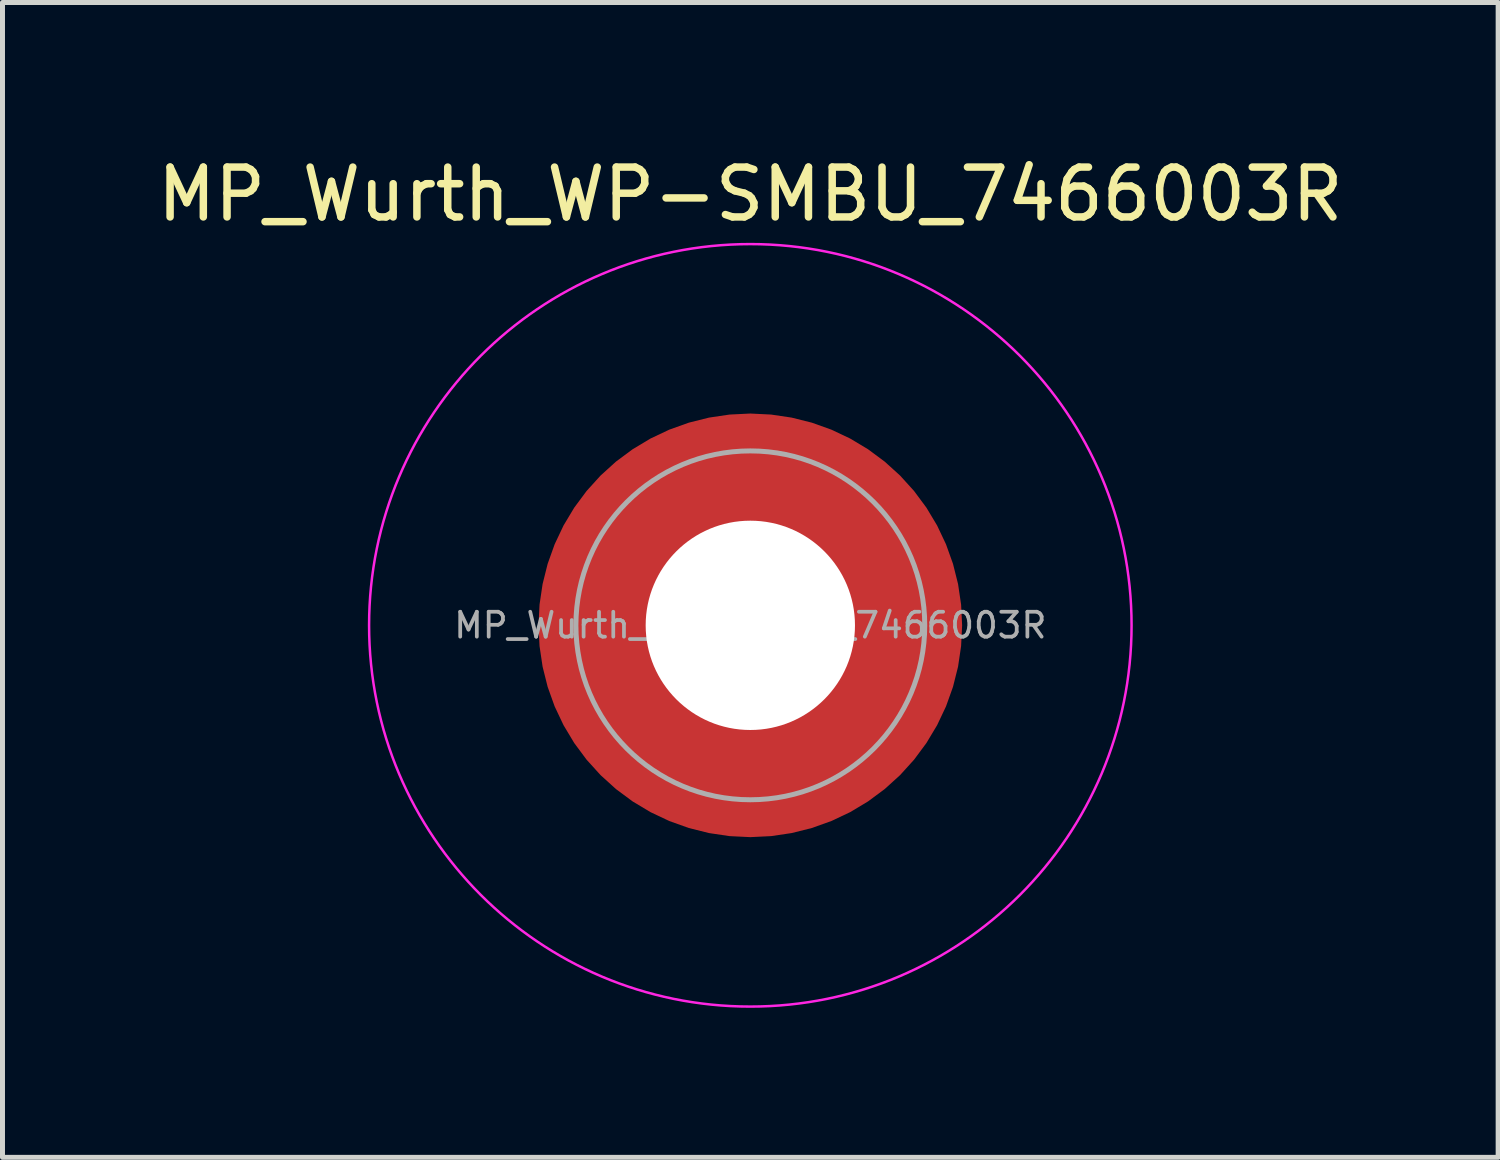
<source format=kicad_pcb>
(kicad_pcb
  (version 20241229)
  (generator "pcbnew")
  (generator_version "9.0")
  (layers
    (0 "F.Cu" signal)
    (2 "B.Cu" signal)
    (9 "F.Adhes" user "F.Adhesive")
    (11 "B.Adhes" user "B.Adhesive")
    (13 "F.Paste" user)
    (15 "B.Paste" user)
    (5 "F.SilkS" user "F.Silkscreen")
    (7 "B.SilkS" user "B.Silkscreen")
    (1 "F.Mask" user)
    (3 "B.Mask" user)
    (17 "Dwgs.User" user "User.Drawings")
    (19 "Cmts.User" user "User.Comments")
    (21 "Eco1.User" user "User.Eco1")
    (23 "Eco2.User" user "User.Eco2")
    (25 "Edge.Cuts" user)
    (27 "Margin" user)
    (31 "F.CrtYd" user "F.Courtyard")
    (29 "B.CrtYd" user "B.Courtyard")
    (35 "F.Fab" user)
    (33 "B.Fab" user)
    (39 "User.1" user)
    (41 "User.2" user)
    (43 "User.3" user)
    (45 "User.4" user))
  (footprint "MP_Wurth_WP-SMBU_7466003R"
    (layer "F.Cu")
    (at 12.006 9.498)
    (property "Reference" "MP_Wurth_WP-SMBU_7466003R" (at 0 -8.65 0) (unlocked yes) (layer "F.SilkS") (effects (font (size 1 1) (thickness 0.15))))
    (attr smd)
    (fp_poly (pts (xy -2.18 0.534) (xy -2.165 0.594) (xy -2.14 0.679) (xy -2.105 0.783) (xy -2.055 0.903) (xy -2.006 1.013) (xy -1.956 1.103) (xy -1.906 1.187) (xy -1.851 1.272) (xy -1.771 1.382) (xy -1.691 1.477) (xy -1.611 1.567) (xy -1.537 1.636) (xy -1.462 1.706) (xy -1.387 1.766) (xy -1.287 1.841) (xy -1.212 1.891) (xy -1.127 1.941) (xy -1.068 1.976) (xy -1.003 2.011) (xy -0.958 2.03) (xy -0.958 2.03) (xy -0.873 2.07) (xy -0.783 2.105) (xy -0.698 2.135) (xy -0.629 2.155) (xy -0.579 2.17) (xy -0.495 2.191) (xy -0.495 4.126) (xy -0.576 4.115) (xy -0.646 4.105) (xy -0.716 4.095) (xy -0.716 4.095) (xy -0.796 4.08) (xy -0.796 4.08) (xy -0.861 4.065) (xy -0.941 4.05) (xy -0.941 4.05) (xy -1.036 4.025) (xy -1.116 4.005) (xy -1.116 4.005) (xy -1.186 3.985) (xy -1.187 3.985) (xy -1.277 3.955) (xy -1.341 3.935) (xy -1.342 3.935) (xy -1.442 3.9) (xy -1.442 3.9) (xy -1.552 3.855) (xy -1.652 3.815) (xy -1.652 3.815) (xy -1.762 3.765) (xy -1.847 3.725) (xy -1.847 3.724) (xy -1.972 3.659) (xy -1.972 3.659) (xy -2.172 3.544) (xy -2.173 3.544) (xy -2.288 3.469) (xy -2.288 3.469) (xy -2.398 3.394) (xy -2.398 3.394) (xy -2.493 3.324) (xy -2.493 3.324) (xy -2.603 3.239) (xy -2.603 3.239) (xy -2.698 3.159) (xy -2.808 3.064) (xy -2.808 3.064) (xy -2.898 2.979) (xy -2.899 2.979) (xy -2.949 2.929) (xy -2.949 2.928) (xy -3.009 2.863) (xy -3.079 2.788) (xy -3.079 2.788) (xy -3.199 2.653) (xy -3.199 2.653) (xy -3.299 2.528) (xy -3.299 2.528) (xy -3.359 2.448) (xy -3.359 2.448) (xy -3.394 2.398) (xy -3.424 2.358) (xy -3.424 2.358) (xy -3.464 2.298) (xy -3.489 2.263) (xy -3.489 2.262) (xy -3.514 2.218) (xy -3.539 2.178) (xy -3.564 2.138) (xy -3.564 2.137) (xy -3.584 2.103) (xy -3.614 2.053) (xy -3.614 2.052) (xy -3.644 1.997) (xy -3.669 1.952) (xy -3.669 1.952) (xy -3.694 1.902) (xy -3.724 1.847) (xy -3.725 1.847) (xy -3.745 1.802) (xy -3.769 1.752) (xy -3.77 1.752) (xy -3.82 1.642) (xy -3.82 1.642) (xy -3.845 1.577) (xy -3.87 1.517) (xy -3.89 1.467) (xy -3.89 1.467) (xy -3.9 1.437) (xy -3.92 1.382) (xy -3.92 1.382) (xy -3.935 1.337) (xy -3.955 1.282) (xy -3.955 1.281) (xy -3.975 1.216) (xy -3.975 1.216) (xy -3.995 1.146) (xy -4.01 1.096) (xy -4.01 1.096) (xy -4.04 0.976) (xy -4.06 0.891) (xy -4.06 0.891) (xy -4.085 0.766) (xy -4.085 0.766) (xy -4.11 0.616) (xy -4.11 0.616) (xy -4.115 0.581) (xy -4.12 0.541) (xy -4.126 0.495) (xy -2.186 0.495)) (stroke (width 0) (type default)) (fill yes) (layer "F.Paste"))
    (fp_poly (pts (xy -0.495 -2.186) (xy -0.534 -2.18) (xy -0.594 -2.165) (xy -0.679 -2.14) (xy -0.783 -2.105) (xy -0.903 -2.055) (xy -1.013 -2.006) (xy -1.103 -1.956) (xy -1.187 -1.906) (xy -1.272 -1.851) (xy -1.382 -1.771) (xy -1.477 -1.691) (xy -1.567 -1.611) (xy -1.636 -1.537) (xy -1.706 -1.462) (xy -1.766 -1.387) (xy -1.841 -1.287) (xy -1.891 -1.212) (xy -1.941 -1.127) (xy -1.976 -1.068) (xy -2.011 -1.003) (xy -2.03 -0.958) (xy -2.03 -0.958) (xy -2.07 -0.873) (xy -2.105 -0.783) (xy -2.135 -0.698) (xy -2.155 -0.629) (xy -2.17 -0.579) (xy -2.191 -0.495) (xy -4.126 -0.495) (xy -4.115 -0.576) (xy -4.105 -0.646) (xy -4.095 -0.716) (xy -4.095 -0.716) (xy -4.08 -0.796) (xy -4.08 -0.796) (xy -4.065 -0.861) (xy -4.05 -0.941) (xy -4.05 -0.941) (xy -4.025 -1.036) (xy -4.005 -1.116) (xy -4.005 -1.116) (xy -3.985 -1.186) (xy -3.985 -1.187) (xy -3.955 -1.277) (xy -3.935 -1.341) (xy -3.935 -1.342) (xy -3.9 -1.442) (xy -3.9 -1.442) (xy -3.855 -1.552) (xy -3.815 -1.652) (xy -3.815 -1.652) (xy -3.765 -1.762) (xy -3.725 -1.847) (xy -3.724 -1.847) (xy -3.659 -1.972) (xy -3.659 -1.972) (xy -3.544 -2.172) (xy -3.544 -2.173) (xy -3.469 -2.288) (xy -3.469 -2.288) (xy -3.394 -2.398) (xy -3.394 -2.398) (xy -3.324 -2.493) (xy -3.324 -2.493) (xy -3.239 -2.603) (xy -3.239 -2.603) (xy -3.159 -2.698) (xy -3.064 -2.808) (xy -3.064 -2.808) (xy -2.979 -2.898) (xy -2.979 -2.899) (xy -2.929 -2.949) (xy -2.928 -2.949) (xy -2.863 -3.009) (xy -2.788 -3.079) (xy -2.788 -3.079) (xy -2.653 -3.199) (xy -2.653 -3.199) (xy -2.528 -3.299) (xy -2.528 -3.299) (xy -2.448 -3.359) (xy -2.448 -3.359) (xy -2.398 -3.394) (xy -2.358 -3.424) (xy -2.358 -3.424) (xy -2.298 -3.464) (xy -2.263 -3.489) (xy -2.262 -3.489) (xy -2.218 -3.514) (xy -2.178 -3.539) (xy -2.138 -3.564) (xy -2.137 -3.564) (xy -2.103 -3.584) (xy -2.053 -3.614) (xy -2.052 -3.614) (xy -1.997 -3.644) (xy -1.952 -3.669) (xy -1.952 -3.669) (xy -1.902 -3.694) (xy -1.847 -3.724) (xy -1.847 -3.725) (xy -1.802 -3.745) (xy -1.752 -3.769) (xy -1.752 -3.77) (xy -1.642 -3.82) (xy -1.642 -3.82) (xy -1.577 -3.845) (xy -1.517 -3.87) (xy -1.467 -3.89) (xy -1.467 -3.89) (xy -1.437 -3.9) (xy -1.382 -3.92) (xy -1.382 -3.92) (xy -1.337 -3.935) (xy -1.282 -3.955) (xy -1.281 -3.955) (xy -1.216 -3.975) (xy -1.216 -3.975) (xy -1.146 -3.995) (xy -1.096 -4.01) (xy -1.096 -4.01) (xy -0.976 -4.04) (xy -0.891 -4.06) (xy -0.891 -4.06) (xy -0.766 -4.085) (xy -0.766 -4.085) (xy -0.616 -4.11) (xy -0.616 -4.11) (xy -0.581 -4.115) (xy -0.541 -4.12) (xy -0.495 -4.126)) (stroke (width 0) (type default)) (fill yes) (layer "F.Paste"))
    (fp_poly (pts (xy 0.576 -4.11) (xy 0.646 -4.1) (xy 0.716 -4.09) (xy 0.716 -4.09) (xy 0.796 -4.075) (xy 0.796 -4.075) (xy 0.861 -4.06) (xy 0.941 -4.045) (xy 0.941 -4.045) (xy 1.036 -4.02) (xy 1.116 -4) (xy 1.116 -4) (xy 1.186 -3.98) (xy 1.187 -3.98) (xy 1.277 -3.95) (xy 1.341 -3.93) (xy 1.342 -3.93) (xy 1.442 -3.895) (xy 1.442 -3.895) (xy 1.552 -3.85) (xy 1.652 -3.81) (xy 1.652 -3.81) (xy 1.762 -3.76) (xy 1.847 -3.72) (xy 1.847 -3.719) (xy 1.972 -3.654) (xy 1.972 -3.654) (xy 2.172 -3.539) (xy 2.173 -3.539) (xy 2.288 -3.464) (xy 2.288 -3.464) (xy 2.398 -3.389) (xy 2.398 -3.389) (xy 2.493 -3.319) (xy 2.493 -3.319) (xy 2.603 -3.234) (xy 2.603 -3.234) (xy 2.698 -3.154) (xy 2.808 -3.059) (xy 2.808 -3.059) (xy 2.898 -2.974) (xy 2.899 -2.974) (xy 2.949 -2.924) (xy 2.949 -2.923) (xy 3.009 -2.858) (xy 3.079 -2.783) (xy 3.079 -2.783) (xy 3.199 -2.648) (xy 3.199 -2.648) (xy 3.299 -2.523) (xy 3.299 -2.523) (xy 3.359 -2.443) (xy 3.359 -2.443) (xy 3.394 -2.393) (xy 3.424 -2.353) (xy 3.424 -2.353) (xy 3.464 -2.293) (xy 3.489 -2.258) (xy 3.489 -2.257) (xy 3.514 -2.213) (xy 3.539 -2.173) (xy 3.564 -2.133) (xy 3.564 -2.132) (xy 3.584 -2.098) (xy 3.614 -2.048) (xy 3.614 -2.047) (xy 3.644 -1.992) (xy 3.669 -1.947) (xy 3.669 -1.947) (xy 3.694 -1.897) (xy 3.724 -1.842) (xy 3.725 -1.842) (xy 3.745 -1.797) (xy 3.769 -1.747) (xy 3.77 -1.747) (xy 3.82 -1.637) (xy 3.82 -1.637) (xy 3.845 -1.572) (xy 3.87 -1.512) (xy 3.89 -1.462) (xy 3.89 -1.462) (xy 3.9 -1.432) (xy 3.92 -1.377) (xy 3.92 -1.377) (xy 3.935 -1.332) (xy 3.955 -1.277) (xy 3.955 -1.276) (xy 3.975 -1.211) (xy 3.975 -1.211) (xy 3.995 -1.141) (xy 4.01 -1.091) (xy 4.01 -1.091) (xy 4.04 -0.971) (xy 4.06 -0.886) (xy 4.06 -0.886) (xy 4.085 -0.761) (xy 4.085 -0.761) (xy 4.11 -0.611) (xy 4.11 -0.611) (xy 4.115 -0.576) (xy 4.12 -0.536) (xy 4.126 -0.49) (xy 2.186 -0.49) (xy 2.18 -0.529) (xy 2.165 -0.589) (xy 2.14 -0.674) (xy 2.105 -0.778) (xy 2.055 -0.898) (xy 2.006 -1.008) (xy 1.956 -1.098) (xy 1.906 -1.182) (xy 1.851 -1.267) (xy 1.771 -1.377) (xy 1.691 -1.472) (xy 1.611 -1.562) (xy 1.537 -1.631) (xy 1.462 -1.701) (xy 1.387 -1.761) (xy 1.287 -1.836) (xy 1.212 -1.886) (xy 1.127 -1.936) (xy 1.068 -1.971) (xy 1.003 -2.006) (xy 0.958 -2.025) (xy 0.958 -2.025) (xy 0.873 -2.065) (xy 0.783 -2.1) (xy 0.698 -2.13) (xy 0.629 -2.15) (xy 0.579 -2.165) (xy 0.495 -2.186) (xy 0.495 -4.121)) (stroke (width 0) (type default)) (fill yes) (layer "F.Paste"))
    (fp_poly (pts (xy 4.115 0.581) (xy 4.105 0.651) (xy 4.095 0.721) (xy 4.095 0.721) (xy 4.08 0.801) (xy 4.08 0.801) (xy 4.065 0.866) (xy 4.05 0.946) (xy 4.05 0.946) (xy 4.025 1.041) (xy 4.005 1.121) (xy 4.005 1.121) (xy 3.985 1.191) (xy 3.985 1.192) (xy 3.955 1.282) (xy 3.935 1.346) (xy 3.935 1.347) (xy 3.9 1.447) (xy 3.9 1.447) (xy 3.855 1.557) (xy 3.815 1.657) (xy 3.815 1.657) (xy 3.765 1.767) (xy 3.725 1.852) (xy 3.724 1.852) (xy 3.659 1.977) (xy 3.659 1.977) (xy 3.544 2.177) (xy 3.544 2.178) (xy 3.469 2.293) (xy 3.469 2.293) (xy 3.394 2.403) (xy 3.394 2.403) (xy 3.324 2.498) (xy 3.324 2.498) (xy 3.239 2.608) (xy 3.239 2.608) (xy 3.159 2.703) (xy 3.064 2.813) (xy 3.064 2.813) (xy 2.979 2.903) (xy 2.979 2.904) (xy 2.929 2.954) (xy 2.928 2.954) (xy 2.863 3.014) (xy 2.788 3.084) (xy 2.788 3.084) (xy 2.653 3.204) (xy 2.653 3.204) (xy 2.528 3.304) (xy 2.528 3.304) (xy 2.448 3.364) (xy 2.448 3.364) (xy 2.398 3.399) (xy 2.358 3.429) (xy 2.358 3.429) (xy 2.298 3.469) (xy 2.263 3.494) (xy 2.262 3.494) (xy 2.218 3.519) (xy 2.178 3.544) (xy 2.138 3.569) (xy 2.137 3.569) (xy 2.103 3.589) (xy 2.053 3.619) (xy 2.052 3.619) (xy 1.997 3.649) (xy 1.952 3.674) (xy 1.952 3.674) (xy 1.902 3.699) (xy 1.847 3.729) (xy 1.847 3.73) (xy 1.802 3.75) (xy 1.752 3.774) (xy 1.752 3.775) (xy 1.642 3.825) (xy 1.642 3.825) (xy 1.577 3.85) (xy 1.517 3.875) (xy 1.467 3.895) (xy 1.467 3.895) (xy 1.437 3.905) (xy 1.382 3.925) (xy 1.382 3.925) (xy 1.337 3.94) (xy 1.282 3.96) (xy 1.281 3.96) (xy 1.216 3.98) (xy 1.216 3.98) (xy 1.146 4) (xy 1.096 4.015) (xy 1.096 4.015) (xy 0.976 4.045) (xy 0.891 4.065) (xy 0.891 4.065) (xy 0.766 4.09) (xy 0.766 4.09) (xy 0.616 4.115) (xy 0.616 4.115) (xy 0.581 4.12) (xy 0.541 4.125) (xy 0.495 4.131) (xy 0.495 2.191) (xy 0.534 2.185) (xy 0.594 2.17) (xy 0.679 2.145) (xy 0.783 2.11) (xy 0.903 2.06) (xy 1.013 2.011) (xy 1.103 1.961) (xy 1.187 1.911) (xy 1.272 1.856) (xy 1.382 1.776) (xy 1.477 1.696) (xy 1.567 1.616) (xy 1.636 1.542) (xy 1.706 1.467) (xy 1.766 1.392) (xy 1.841 1.292) (xy 1.891 1.217) (xy 1.941 1.132) (xy 1.976 1.073) (xy 2.011 1.008) (xy 2.03 0.963) (xy 2.03 0.963) (xy 2.07 0.878) (xy 2.105 0.788) (xy 2.135 0.703) (xy 2.155 0.634) (xy 2.17 0.584) (xy 2.191 0.5) (xy 4.126 0.5)) (stroke (width 0) (type default)) (fill yes) (layer "F.Paste"))
    (fp_circle (center 0 0) (end 7.65 0) (stroke (width 0.05) (type solid)) (fill no) (layer "F.CrtYd"))
    (fp_circle (center 0 0) (end 3.5 0) (stroke (width 0.1) (type solid)) (fill no) (layer "F.Fab"))
    (fp_text user "${REFERENCE}" (at 0 0 0) (unlocked yes) (layer "F.Fab") (effects (font (size 0.5 0.5) (thickness 0.075))))
    (pad "" np_thru_hole circle (at 0 0) (size 4.2 4.2) (drill 4.2) (layers "*.Cu" "*.Mask"))
    (pad "1" smd roundrect (at 0 0) (size 8.5 8.5) (layers "F.Cu" "F.Mask") (roundrect_rratio 0.5)))
  (gr_rect
    (start -3 -3)
    (end 27.012 20.173)
    (stroke (width 0.1) (type default))
    (fill no)
    (layer "Edge.Cuts")))
</source>
